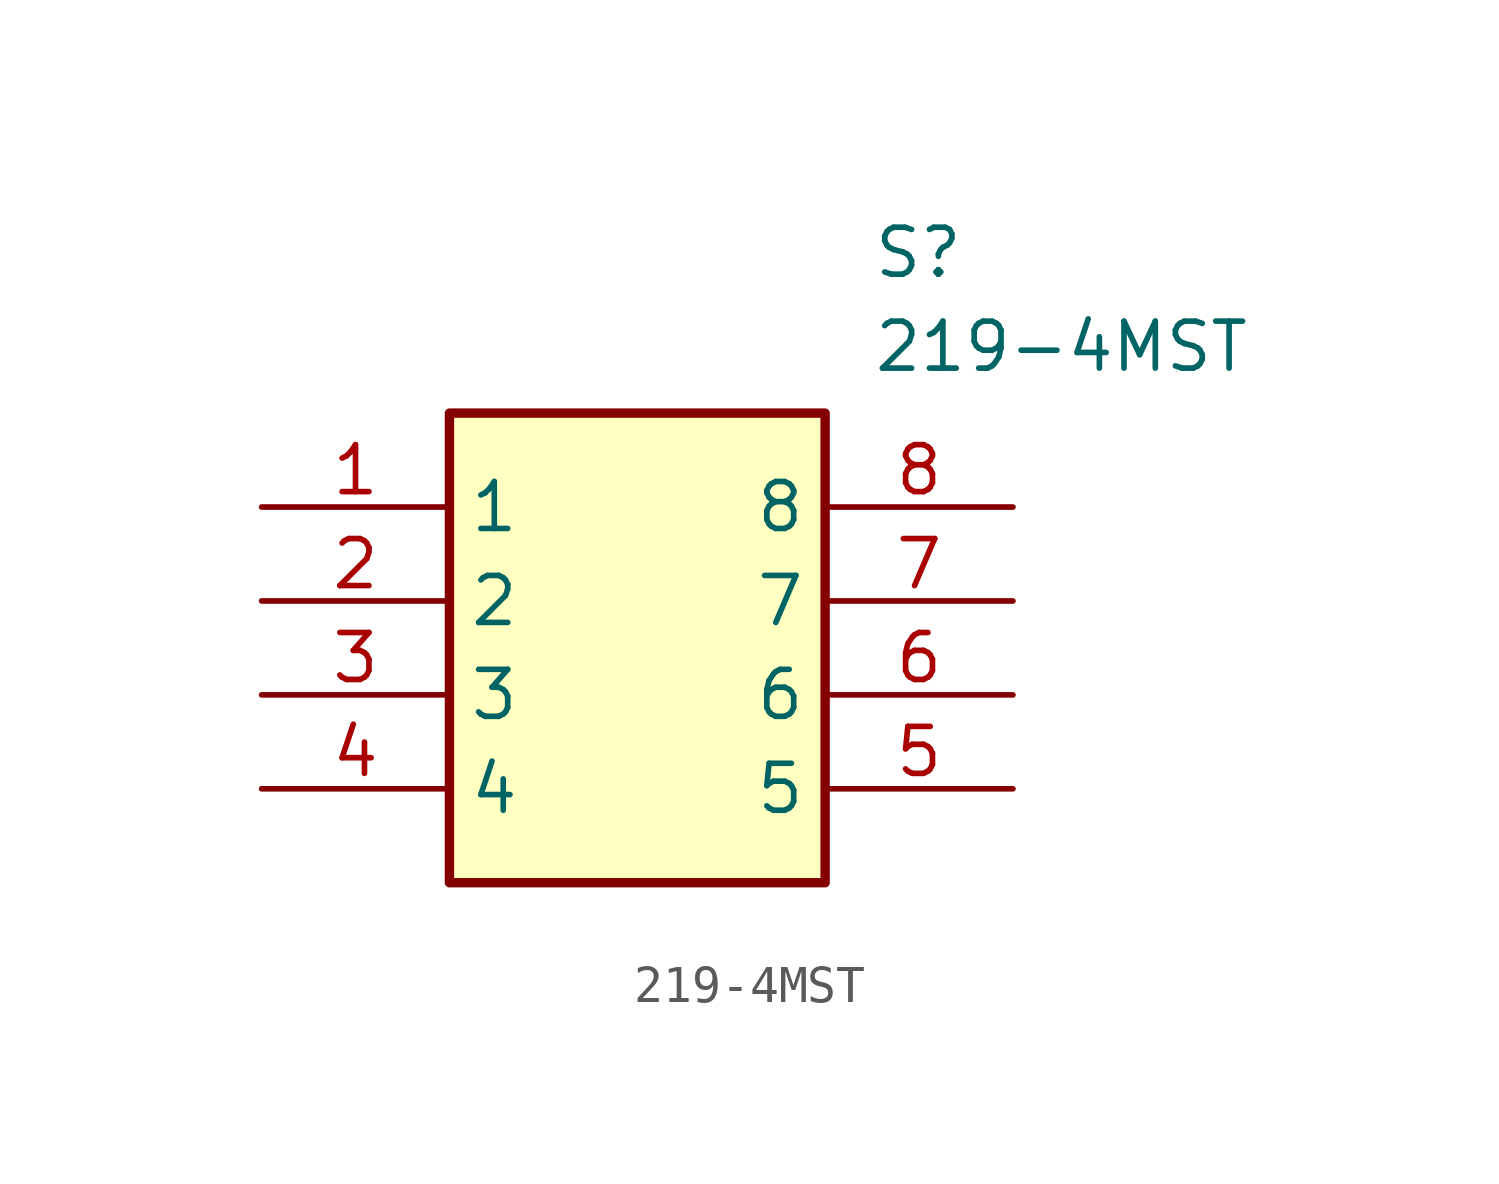
<source format=kicad_sym>
(kicad_symbol_lib
  (version 20211014)
  (generator SamacSys_ECAD_Model)
  (symbol "219-4MST"
    (property "Reference" "S"
      (at 16.51 7.62 0)
      (effects (font (size 1.27 1.27)) (justify left top)))
    (property "Value" "219-4MST"
      (at 16.51 5.08 0)
      (effects (font (size 1.27 1.27)) (justify left top)))
    (rectangle
      (start 5.08 2.54)
      (end 15.24 -10.16)
      (stroke (width 0.254) (type default))
      (fill (type background)))
    (pin passive line
      (at 0 0 0)
      (length 5.08)
      (name "1" (effects (font (size 1.27 1.27))))
      (number "1" (effects (font (size 1.27 1.27)))))
    (pin passive line
      (at 0 -2.54 0)
      (length 5.08)
      (name "2" (effects (font (size 1.27 1.27))))
      (number "2" (effects (font (size 1.27 1.27)))))
    (pin passive line
      (at 0 -5.08 0)
      (length 5.08)
      (name "3" (effects (font (size 1.27 1.27))))
      (number "3" (effects (font (size 1.27 1.27)))))
    (pin passive line
      (at 0 -7.62 0)
      (length 5.08)
      (name "4" (effects (font (size 1.27 1.27))))
      (number "4" (effects (font (size 1.27 1.27)))))
    (pin passive line
      (at 20.32 -7.62 180)
      (length 5.08)
      (name "5" (effects (font (size 1.27 1.27))))
      (number "5" (effects (font (size 1.27 1.27)))))
    (pin passive line
      (at 20.32 -5.08 180)
      (length 5.08)
      (name "6" (effects (font (size 1.27 1.27))))
      (number "6" (effects (font (size 1.27 1.27)))))
    (pin passive line
      (at 20.32 -2.54 180)
      (length 5.08)
      (name "7" (effects (font (size 1.27 1.27))))
      (number "7" (effects (font (size 1.27 1.27)))))
    (pin passive line
      (at 20.32 0 180)
      (length 5.08)
      (name "8" (effects (font (size 1.27 1.27))))
      (number "8" (effects (font (size 1.27 1.27)))))))
</source>
